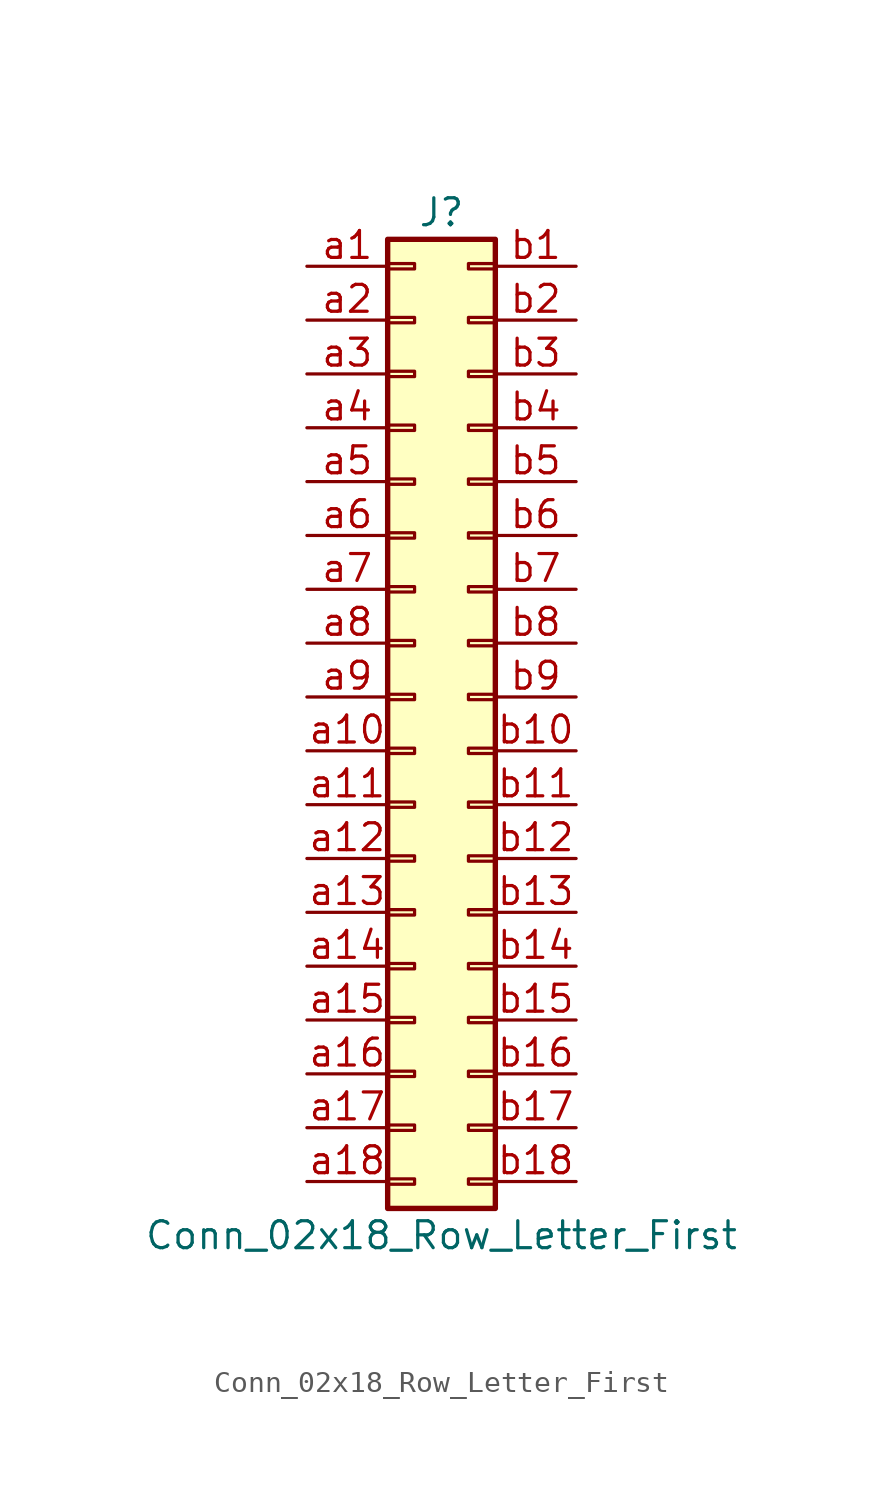
<source format=kicad_sym>
(kicad_symbol_lib
  (version 20201005)
  (generator kicad_symbol_editor)
  (symbol "Connector_Generic:Conn_02x18_Row_Letter_First"
    (pin_names
      (offset 1.016) hide)
    (property "Reference" "J"
      (at 1.27 22.86 0)
      (effects (font (size 1.27 1.27))))
    (property "Value" "Conn_02x18_Row_Letter_First"
      (at 1.27 -25.4 0)
      (effects (font (size 1.27 1.27))))
    (symbol "Conn_02x18_Row_Letter_First_1_1"
      (rectangle (start -1.27 -4.953) (end 0 -5.207) (stroke (width 0.152)) (fill (type none)))
      (rectangle (start -1.27 -7.493) (end 0 -7.747) (stroke (width 0.152)) (fill (type none)))
      (rectangle (start -1.27 -10.033) (end 0 -10.287) (stroke (width 0.152)) (fill (type none)))
      (rectangle (start -1.27 -12.573) (end 0 -12.827) (stroke (width 0.152)) (fill (type none)))
      (rectangle (start -1.27 -15.113) (end 0 -15.367) (stroke (width 0.152)) (fill (type none)))
      (rectangle (start -1.27 -17.653) (end 0 -17.907) (stroke (width 0.152)) (fill (type none)))
      (rectangle (start -1.27 -20.193) (end 0 -20.447) (stroke (width 0.152)) (fill (type none)))
      (rectangle (start -1.27 -22.733) (end 0 -22.987) (stroke (width 0.152)) (fill (type none)))
      (rectangle (start -1.27 -2.413) (end 0 -2.667) (stroke (width 0.152)) (fill (type none)))
      (rectangle (start -1.27 2.667) (end 0 2.413) (stroke (width 0.152)) (fill (type none)))
      (rectangle (start -1.27 5.207) (end 0 4.953) (stroke (width 0.152)) (fill (type none)))
      (rectangle (start -1.27 7.747) (end 0 7.493) (stroke (width 0.152)) (fill (type none)))
      (rectangle (start -1.27 10.287) (end 0 10.033) (stroke (width 0.152)) (fill (type none)))
      (rectangle (start -1.27 0.127) (end 0 -0.127) (stroke (width 0.152)) (fill (type none)))
      (rectangle (start -1.27 12.827) (end 0 12.573) (stroke (width 0.152)) (fill (type none)))
      (rectangle (start -1.27 15.367) (end 0 15.113) (stroke (width 0.152)) (fill (type none)))
      (rectangle (start -1.27 17.907) (end 0 17.653) (stroke (width 0.152)) (fill (type none)))
      (rectangle (start -1.27 20.447) (end 0 20.193) (stroke (width 0.152)) (fill (type none)))
      (rectangle (start -1.27 21.59) (end 3.81 -24.13) (stroke (width 0.254)) (fill (type background)))
      (rectangle (start 3.81 -4.953) (end 2.54 -5.207) (stroke (width 0.152)) (fill (type none)))
      (rectangle (start 3.81 -7.493) (end 2.54 -7.747) (stroke (width 0.152)) (fill (type none)))
      (rectangle (start 3.81 -10.033) (end 2.54 -10.287) (stroke (width 0.152)) (fill (type none)))
      (rectangle (start 3.81 -12.573) (end 2.54 -12.827) (stroke (width 0.152)) (fill (type none)))
      (rectangle (start 3.81 -15.113) (end 2.54 -15.367) (stroke (width 0.152)) (fill (type none)))
      (rectangle (start 3.81 -17.653) (end 2.54 -17.907) (stroke (width 0.152)) (fill (type none)))
      (rectangle (start 3.81 -20.193) (end 2.54 -20.447) (stroke (width 0.152)) (fill (type none)))
      (rectangle (start 3.81 -22.733) (end 2.54 -22.987) (stroke (width 0.152)) (fill (type none)))
      (rectangle (start 3.81 -2.413) (end 2.54 -2.667) (stroke (width 0.152)) (fill (type none)))
      (rectangle (start 3.81 2.667) (end 2.54 2.413) (stroke (width 0.152)) (fill (type none)))
      (rectangle (start 3.81 5.207) (end 2.54 4.953) (stroke (width 0.152)) (fill (type none)))
      (rectangle (start 3.81 7.747) (end 2.54 7.493) (stroke (width 0.152)) (fill (type none)))
      (rectangle (start 3.81 10.287) (end 2.54 10.033) (stroke (width 0.152)) (fill (type none)))
      (rectangle (start 3.81 0.127) (end 2.54 -0.127) (stroke (width 0.152)) (fill (type none)))
      (rectangle (start 3.81 12.827) (end 2.54 12.573) (stroke (width 0.152)) (fill (type none)))
      (rectangle (start 3.81 15.367) (end 2.54 15.113) (stroke (width 0.152)) (fill (type none)))
      (rectangle (start 3.81 17.907) (end 2.54 17.653) (stroke (width 0.152)) (fill (type none)))
      (rectangle (start 3.81 20.447) (end 2.54 20.193) (stroke (width 0.152)) (fill (type none)))
      (pin passive line (at -5.08 20.32 0) (length 3.81) (name "Pin_a1" (effects (font (size 1.27 1.27)))) (number "a1" (effects (font (size 1.27 1.27)))))
      (pin passive line (at -5.08 -2.54 0) (length 3.81) (name "Pin_a10" (effects (font (size 1.27 1.27)))) (number "a10" (effects (font (size 1.27 1.27)))))
      (pin passive line (at -5.08 -5.08 0) (length 3.81) (name "Pin_a11" (effects (font (size 1.27 1.27)))) (number "a11" (effects (font (size 1.27 1.27)))))
      (pin passive line (at -5.08 -7.62 0) (length 3.81) (name "Pin_a12" (effects (font (size 1.27 1.27)))) (number "a12" (effects (font (size 1.27 1.27)))))
      (pin passive line (at -5.08 -10.16 0) (length 3.81) (name "Pin_a13" (effects (font (size 1.27 1.27)))) (number "a13" (effects (font (size 1.27 1.27)))))
      (pin passive line (at -5.08 -12.7 0) (length 3.81) (name "Pin_a14" (effects (font (size 1.27 1.27)))) (number "a14" (effects (font (size 1.27 1.27)))))
      (pin passive line (at -5.08 -15.24 0) (length 3.81) (name "Pin_a15" (effects (font (size 1.27 1.27)))) (number "a15" (effects (font (size 1.27 1.27)))))
      (pin passive line (at -5.08 -17.78 0) (length 3.81) (name "Pin_a16" (effects (font (size 1.27 1.27)))) (number "a16" (effects (font (size 1.27 1.27)))))
      (pin passive line (at -5.08 -20.32 0) (length 3.81) (name "Pin_a17" (effects (font (size 1.27 1.27)))) (number "a17" (effects (font (size 1.27 1.27)))))
      (pin passive line (at -5.08 -22.86 0) (length 3.81) (name "Pin_a18" (effects (font (size 1.27 1.27)))) (number "a18" (effects (font (size 1.27 1.27)))))
      (pin passive line (at -5.08 17.78 0) (length 3.81) (name "Pin_a2" (effects (font (size 1.27 1.27)))) (number "a2" (effects (font (size 1.27 1.27)))))
      (pin passive line (at -5.08 15.24 0) (length 3.81) (name "Pin_a3" (effects (font (size 1.27 1.27)))) (number "a3" (effects (font (size 1.27 1.27)))))
      (pin passive line (at -5.08 12.7 0) (length 3.81) (name "Pin_a4" (effects (font (size 1.27 1.27)))) (number "a4" (effects (font (size 1.27 1.27)))))
      (pin passive line (at -5.08 10.16 0) (length 3.81) (name "Pin_a5" (effects (font (size 1.27 1.27)))) (number "a5" (effects (font (size 1.27 1.27)))))
      (pin passive line (at -5.08 7.62 0) (length 3.81) (name "Pin_a6" (effects (font (size 1.27 1.27)))) (number "a6" (effects (font (size 1.27 1.27)))))
      (pin passive line (at -5.08 5.08 0) (length 3.81) (name "Pin_a7" (effects (font (size 1.27 1.27)))) (number "a7" (effects (font (size 1.27 1.27)))))
      (pin passive line (at -5.08 2.54 0) (length 3.81) (name "Pin_a8" (effects (font (size 1.27 1.27)))) (number "a8" (effects (font (size 1.27 1.27)))))
      (pin passive line (at -5.08 0 0) (length 3.81) (name "Pin_a9" (effects (font (size 1.27 1.27)))) (number "a9" (effects (font (size 1.27 1.27)))))
      (pin passive line (at 7.62 20.32 180) (length 3.81) (name "Pin_b1" (effects (font (size 1.27 1.27)))) (number "b1" (effects (font (size 1.27 1.27)))))
      (pin passive line (at 7.62 -2.54 180) (length 3.81) (name "Pin_b10" (effects (font (size 1.27 1.27)))) (number "b10" (effects (font (size 1.27 1.27)))))
      (pin passive line (at 7.62 -5.08 180) (length 3.81) (name "Pin_b11" (effects (font (size 1.27 1.27)))) (number "b11" (effects (font (size 1.27 1.27)))))
      (pin passive line (at 7.62 -7.62 180) (length 3.81) (name "Pin_b12" (effects (font (size 1.27 1.27)))) (number "b12" (effects (font (size 1.27 1.27)))))
      (pin passive line (at 7.62 -10.16 180) (length 3.81) (name "Pin_b13" (effects (font (size 1.27 1.27)))) (number "b13" (effects (font (size 1.27 1.27)))))
      (pin passive line (at 7.62 -12.7 180) (length 3.81) (name "Pin_b14" (effects (font (size 1.27 1.27)))) (number "b14" (effects (font (size 1.27 1.27)))))
      (pin passive line (at 7.62 -15.24 180) (length 3.81) (name "Pin_b15" (effects (font (size 1.27 1.27)))) (number "b15" (effects (font (size 1.27 1.27)))))
      (pin passive line (at 7.62 -17.78 180) (length 3.81) (name "Pin_b16" (effects (font (size 1.27 1.27)))) (number "b16" (effects (font (size 1.27 1.27)))))
      (pin passive line (at 7.62 -20.32 180) (length 3.81) (name "Pin_b17" (effects (font (size 1.27 1.27)))) (number "b17" (effects (font (size 1.27 1.27)))))
      (pin passive line (at 7.62 -22.86 180) (length 3.81) (name "Pin_b18" (effects (font (size 1.27 1.27)))) (number "b18" (effects (font (size 1.27 1.27)))))
      (pin passive line (at 7.62 17.78 180) (length 3.81) (name "Pin_b2" (effects (font (size 1.27 1.27)))) (number "b2" (effects (font (size 1.27 1.27)))))
      (pin passive line (at 7.62 15.24 180) (length 3.81) (name "Pin_b3" (effects (font (size 1.27 1.27)))) (number "b3" (effects (font (size 1.27 1.27)))))
      (pin passive line (at 7.62 12.7 180) (length 3.81) (name "Pin_b4" (effects (font (size 1.27 1.27)))) (number "b4" (effects (font (size 1.27 1.27)))))
      (pin passive line (at 7.62 10.16 180) (length 3.81) (name "Pin_b5" (effects (font (size 1.27 1.27)))) (number "b5" (effects (font (size 1.27 1.27)))))
      (pin passive line (at 7.62 7.62 180) (length 3.81) (name "Pin_b6" (effects (font (size 1.27 1.27)))) (number "b6" (effects (font (size 1.27 1.27)))))
      (pin passive line (at 7.62 5.08 180) (length 3.81) (name "Pin_b7" (effects (font (size 1.27 1.27)))) (number "b7" (effects (font (size 1.27 1.27)))))
      (pin passive line (at 7.62 2.54 180) (length 3.81) (name "Pin_b8" (effects (font (size 1.27 1.27)))) (number "b8" (effects (font (size 1.27 1.27)))))
      (pin passive line (at 7.62 0 180) (length 3.81) (name "Pin_b9" (effects (font (size 1.27 1.27)))) (number "b9" (effects (font (size 1.27 1.27))))))))
</source>
